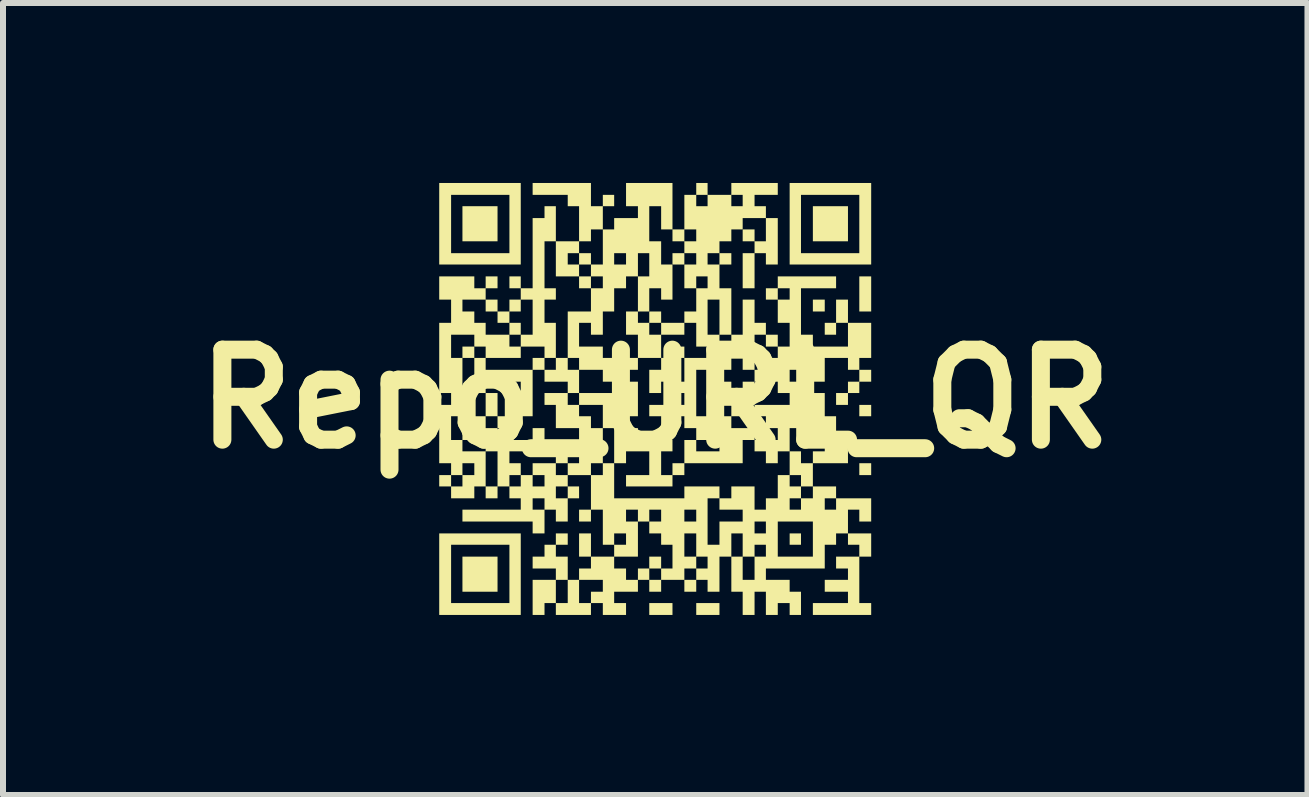
<source format=kicad_pcb>
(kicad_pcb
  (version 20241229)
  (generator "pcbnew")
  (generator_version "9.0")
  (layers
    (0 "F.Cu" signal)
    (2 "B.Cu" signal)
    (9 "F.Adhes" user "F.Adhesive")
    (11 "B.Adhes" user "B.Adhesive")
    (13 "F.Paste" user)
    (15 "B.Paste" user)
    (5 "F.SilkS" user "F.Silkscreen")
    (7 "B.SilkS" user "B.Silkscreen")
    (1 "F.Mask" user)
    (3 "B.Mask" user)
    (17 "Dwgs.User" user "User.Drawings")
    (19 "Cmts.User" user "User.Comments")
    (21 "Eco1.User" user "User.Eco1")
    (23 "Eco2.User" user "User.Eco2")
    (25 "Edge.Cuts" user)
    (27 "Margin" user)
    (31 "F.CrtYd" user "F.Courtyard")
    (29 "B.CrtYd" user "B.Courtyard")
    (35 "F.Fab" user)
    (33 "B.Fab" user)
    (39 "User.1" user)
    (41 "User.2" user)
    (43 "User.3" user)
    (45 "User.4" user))
  (footprint "Repo_URL_QR"
    (layer "F.Cu")
    (at 7.871 3.6)
    (property "Reference" "Repo_URL_QR" (at 0 0 0) (layer "F.SilkS") (effects (font (size 1.5 1.5) (thickness 0.3))))
    (attr board_only exclude_from_pos_files exclude_from_bom)
    (fp_poly (pts (xy -3.015 -0.779) (xy -3.015 -0.684) (xy -3.114 -0.684) (xy -3.213 -0.684) (xy -3.213 -0.779) (xy -3.213 -0.873) (xy -3.114 -0.873) (xy -3.015 -0.873)) (stroke (width 0) (type solid)) (fill yes) (layer "F.SilkS"))
    (fp_poly (pts (xy -2.628 -2.921) (xy -2.628 -2.628) (xy -2.921 -2.628) (xy -3.213 -2.628) (xy -3.213 -2.921) (xy -3.213 -3.213) (xy -2.921 -3.213) (xy -2.628 -3.213)) (stroke (width 0) (type solid)) (fill yes) (layer "F.SilkS"))
    (fp_poly (pts (xy -2.628 2.921) (xy -2.628 3.213) (xy -2.921 3.213) (xy -3.213 3.213) (xy -3.213 2.921) (xy -3.213 2.628) (xy -2.921 2.628) (xy -2.628 2.628)) (stroke (width 0) (type solid)) (fill yes) (layer "F.SilkS"))
    (fp_poly (pts (xy -2.241 -1.17) (xy -2.241 -1.071) (xy -2.336 -1.071) (xy -2.43 -1.071) (xy -2.43 -1.17) (xy -2.43 -1.269) (xy -2.336 -1.269) (xy -2.241 -1.269)) (stroke (width 0) (type solid)) (fill yes) (layer "F.SilkS"))
    (fp_poly (pts (xy -1.071 -2.336) (xy -1.071 -2.241) (xy -1.17 -2.241) (xy -1.269 -2.241) (xy -1.269 -2.336) (xy -1.269 -2.43) (xy -1.17 -2.43) (xy -1.071 -2.43)) (stroke (width 0) (type solid)) (fill yes) (layer "F.SilkS"))
    (fp_poly (pts (xy -1.071 -1.944) (xy -1.071 -1.845) (xy -1.17 -1.845) (xy -1.269 -1.845) (xy -1.269 -1.944) (xy -1.269 -2.043) (xy -1.17 -2.043) (xy -1.071 -2.043)) (stroke (width 0) (type solid)) (fill yes) (layer "F.SilkS"))
    (fp_poly (pts (xy 0.099 2.727) (xy 0.099 2.826) (xy 0 2.826) (xy -0.099 2.826) (xy -0.099 2.727) (xy -0.099 2.628) (xy 0 2.628) (xy 0.099 2.628)) (stroke (width 0) (type solid)) (fill yes) (layer "F.SilkS"))
    (fp_poly (pts (xy 0.288 3.501) (xy 0.288 3.6) (xy 0.095 3.6) (xy -0.099 3.6) (xy -0.099 3.501) (xy -0.099 3.402) (xy 0.095 3.402) (xy 0.288 3.402)) (stroke (width 0) (type solid)) (fill yes) (layer "F.SilkS"))
    (fp_poly (pts (xy 0.486 -2.336) (xy 0.486 -2.241) (xy 0.387 -2.241) (xy 0.288 -2.241) (xy 0.288 -2.336) (xy 0.288 -2.43) (xy 0.387 -2.43) (xy 0.486 -2.43)) (stroke (width 0) (type solid)) (fill yes) (layer "F.SilkS"))
    (fp_poly (pts (xy 1.071 3.501) (xy 1.071 3.6) (xy 0.878 3.6) (xy 0.684 3.6) (xy 0.684 3.501) (xy 0.684 3.402) (xy 0.878 3.402) (xy 1.071 3.402)) (stroke (width 0) (type solid)) (fill yes) (layer "F.SilkS"))
    (fp_poly (pts (xy 1.656 -0.585) (xy 1.656 -0.486) (xy 1.557 -0.486) (xy 1.458 -0.486) (xy 1.458 -0.585) (xy 1.458 -0.684) (xy 1.557 -0.684) (xy 1.656 -0.684)) (stroke (width 0) (type solid)) (fill yes) (layer "F.SilkS"))
    (fp_poly (pts (xy 2.43 2.336) (xy 2.43 2.43) (xy 2.336 2.43) (xy 2.241 2.43) (xy 2.241 2.336) (xy 2.241 2.241) (xy 2.336 2.241) (xy 2.43 2.241)) (stroke (width 0) (type solid)) (fill yes) (layer "F.SilkS"))
    (fp_poly (pts (xy 2.826 -1.557) (xy 2.826 -1.458) (xy 2.727 -1.458) (xy 2.628 -1.458) (xy 2.628 -1.557) (xy 2.628 -1.656) (xy 2.727 -1.656) (xy 2.826 -1.656)) (stroke (width 0) (type solid)) (fill yes) (layer "F.SilkS"))
    (fp_poly (pts (xy 3.213 -2.921) (xy 3.213 -2.628) (xy 2.921 -2.628) (xy 2.628 -2.628) (xy 2.628 -2.921) (xy 2.628 -3.213) (xy 2.921 -3.213) (xy 3.213 -3.213)) (stroke (width 0) (type solid)) (fill yes) (layer "F.SilkS"))
    (fp_poly (pts (xy 3.6 -1.751) (xy 3.6 -1.458) (xy 3.501 -1.458) (xy 3.402 -1.458) (xy 3.402 -1.751) (xy 3.402 -2.043) (xy 3.501 -2.043) (xy 3.6 -2.043)) (stroke (width 0) (type solid)) (fill yes) (layer "F.SilkS"))
    (fp_poly (pts (xy 3.6 0.194) (xy 3.6 0.288) (xy 3.501 0.288) (xy 3.402 0.288) (xy 3.402 0.194) (xy 3.402 0.099) (xy 3.501 0.099) (xy 3.6 0.099)) (stroke (width 0) (type solid)) (fill yes) (layer "F.SilkS"))
    (fp_poly (pts (xy 3.6 1.17) (xy 3.6 1.269) (xy 3.501 1.269) (xy 3.402 1.269) (xy 3.402 1.17) (xy 3.402 1.071) (xy 3.501 1.071) (xy 3.6 1.071)) (stroke (width 0) (type solid)) (fill yes) (layer "F.SilkS"))
    (fp_poly (pts (xy -1.269 0.779) (xy -1.269 0.873) (xy -1.364 0.873) (xy -1.458 0.873) (xy -1.458 0.972) (xy -1.458 1.071) (xy -1.557 1.071) (xy -1.656 1.071) (xy -1.656 0.972) (xy -1.656 0.873) (xy -1.557 0.873) (xy -1.458 0.873) (xy -1.458 0.779) (xy -1.458 0.684) (xy -1.364 0.684) (xy -1.269 0.684)) (stroke (width 0) (type solid)) (fill yes) (layer "F.SilkS"))
    (fp_poly (pts (xy 3.213 -1.463) (xy 3.213 -1.269) (xy 3.114 -1.269) (xy 3.015 -1.269) (xy 3.015 -1.17) (xy 3.015 -1.071) (xy 2.921 -1.071) (xy 2.826 -1.071) (xy 2.826 -1.17) (xy 2.826 -1.269) (xy 2.921 -1.269) (xy 3.015 -1.269) (xy 3.015 -1.463) (xy 3.015 -1.656) (xy 3.114 -1.656) (xy 3.213 -1.656)) (stroke (width 0) (type solid)) (fill yes) (layer "F.SilkS"))
    (fp_poly (pts (xy -2.241 -2.921) (xy -2.241 -2.241) (xy -2.921 -2.241) (xy -3.6 -2.241) (xy -3.6 -2.916) (xy -3.402 -2.916) (xy -3.402 -2.43) (xy -2.916 -2.43) (xy -2.43 -2.43) (xy -2.43 -2.916) (xy -2.43 -3.402) (xy -2.916 -3.402) (xy -3.402 -3.402) (xy -3.402 -2.916) (xy -3.6 -2.916) (xy -3.6 -2.921) (xy -3.6 -3.6) (xy -2.921 -3.6) (xy -2.241 -3.6)) (stroke (width 0) (type solid)) (fill yes) (layer "F.SilkS"))
    (fp_poly (pts (xy -2.241 2.921) (xy -2.241 3.6) (xy -2.921 3.6) (xy -3.6 3.6) (xy -3.6 2.921) (xy -3.6 2.916) (xy -3.402 2.916) (xy -3.402 3.402) (xy -2.916 3.402) (xy -2.43 3.402) (xy -2.43 2.916) (xy -2.43 2.43) (xy -2.916 2.43) (xy -3.402 2.43) (xy -3.402 2.916) (xy -3.6 2.916) (xy -3.6 2.241) (xy -2.921 2.241) (xy -2.241 2.241)) (stroke (width 0) (type solid)) (fill yes) (layer "F.SilkS"))
    (fp_poly (pts (xy 3.6 -2.921) (xy 3.6 -2.241) (xy 2.921 -2.241) (xy 2.241 -2.241) (xy 2.241 -2.916) (xy 2.43 -2.916) (xy 2.43 -2.43) (xy 2.916 -2.43) (xy 3.402 -2.43) (xy 3.402 -2.916) (xy 3.402 -3.402) (xy 2.916 -3.402) (xy 2.43 -3.402) (xy 2.43 -2.916) (xy 2.241 -2.916) (xy 2.241 -2.921) (xy 2.241 -3.6) (xy 2.921 -3.6) (xy 3.6 -3.6)) (stroke (width 0) (type solid)) (fill yes) (layer "F.SilkS"))
    (fp_poly (pts (xy -0.288 0) (xy -0.288 0.288) (xy -0.486 0.288) (xy -0.684 0.288) (xy -0.684 0.387) (xy -0.684 0.486) (xy -0.779 0.486) (xy -0.873 0.486) (xy -0.873 0.293) (xy -0.873 0.099) (xy -1.071 0.099) (xy -1.269 0.099) (xy -1.269 0) (xy -1.269 -0.099) (xy -0.977 -0.099) (xy -0.684 -0.099) (xy -0.684 0) (xy -0.684 0.099) (xy -0.585 0.099) (xy -0.486 0.099) (xy -0.486 -0.095) (xy -0.486 -0.288) (xy -0.387 -0.288) (xy -0.288 -0.288)) (stroke (width 0) (type solid)) (fill yes) (layer "F.SilkS"))
    (fp_poly (pts (xy 3.6 -0.387) (xy 3.6 -0.288) (xy 3.501 -0.288) (xy 3.402 -0.288) (xy 3.402 -0.194) (xy 3.402 -0.099) (xy 3.308 -0.099) (xy 3.213 -0.099) (xy 3.213 0) (xy 3.213 0.099) (xy 3.114 0.099) (xy 3.015 0.099) (xy 3.015 0) (xy 3.015 -0.099) (xy 3.114 -0.099) (xy 3.213 -0.099) (xy 3.213 -0.194) (xy 3.213 -0.288) (xy 3.308 -0.288) (xy 3.402 -0.288) (xy 3.402 -0.387) (xy 3.402 -0.486) (xy 3.501 -0.486) (xy 3.6 -0.486)) (stroke (width 0) (type solid)) (fill yes) (layer "F.SilkS"))
    (fp_poly (pts (xy 2.043 -2.628) (xy 2.043 -2.241) (xy 1.944 -2.241) (xy 1.845 -2.241) (xy 1.845 -2.336) (xy 1.845 -2.43) (xy 1.751 -2.43) (xy 1.656 -2.43) (xy 1.656 -2.138) (xy 1.656 -1.845) (xy 1.557 -1.845) (xy 1.458 -1.845) (xy 1.458 -2.138) (xy 1.458 -2.43) (xy 1.557 -2.43) (xy 1.656 -2.43) (xy 1.656 -2.529) (xy 1.656 -2.628) (xy 1.557 -2.628) (xy 1.458 -2.628) (xy 1.458 -2.727) (xy 1.458 -2.826) (xy 1.557 -2.826) (xy 1.656 -2.826) (xy 1.656 -2.727) (xy 1.656 -2.628) (xy 1.751 -2.628) (xy 1.845 -2.628) (xy 1.845 -2.822) (xy 1.845 -3.015) (xy 1.944 -3.015) (xy 2.043 -3.015)) (stroke (width 0) (type solid)) (fill yes) (layer "F.SilkS"))
    (fp_poly (pts (xy 3.6 2.435) (xy 3.6 2.628) (xy 3.501 2.628) (xy 3.402 2.628) (xy 3.402 3.015) (xy 3.402 3.402) (xy 3.501 3.402) (xy 3.6 3.402) (xy 3.6 3.501) (xy 3.6 3.6) (xy 3.114 3.6) (xy 2.628 3.6) (xy 2.628 3.501) (xy 2.628 3.402) (xy 2.921 3.402) (xy 3.213 3.402) (xy 3.213 3.308) (xy 3.213 3.213) (xy 3.02 3.213) (xy 2.826 3.213) (xy 2.826 3.114) (xy 2.826 3.015) (xy 3.02 3.015) (xy 3.213 3.015) (xy 3.213 2.921) (xy 3.213 2.826) (xy 3.114 2.826) (xy 3.015 2.826) (xy 3.015 2.727) (xy 3.015 2.628) (xy 3.209 2.628) (xy 3.402 2.628) (xy 3.402 2.529) (xy 3.402 2.43) (xy 3.308 2.43) (xy 3.213 2.43) (xy 3.213 2.336) (xy 3.213 2.241) (xy 3.407 2.241) (xy 3.6 2.241)) (stroke (width 0) (type solid)) (fill yes) (layer "F.SilkS"))
    (fp_poly (pts (xy -0.288 -1.364) (xy -0.288 -1.269) (xy -0.194 -1.269) (xy -0.099 -1.269) (xy -0.099 -1.364) (xy -0.099 -1.458) (xy 0 -1.458) (xy 0.099 -1.458) (xy 0.099 -1.364) (xy 0.099 -1.269) (xy 0 -1.269) (xy -0.099 -1.269) (xy -0.099 -1.17) (xy -0.099 -1.071) (xy 0 -1.071) (xy 0.099 -1.071) (xy 0.099 -1.17) (xy 0.099 -1.269) (xy 0.293 -1.269) (xy 0.486 -1.269) (xy 0.486 -1.17) (xy 0.486 -1.071) (xy 0.293 -1.071) (xy 0.099 -1.071) (xy 0.099 -0.878) (xy 0.099 -0.684) (xy 0.194 -0.684) (xy 0.288 -0.684) (xy 0.288 -0.779) (xy 0.288 -0.873) (xy 0.387 -0.873) (xy 0.486 -0.873) (xy 0.486 -0.779) (xy 0.486 -0.684) (xy 0.387 -0.684) (xy 0.288 -0.684) (xy 0.288 -0.486) (xy 0.288 -0.288) (xy 0.194 -0.288) (xy 0.099 -0.288) (xy 0.099 -0.194) (xy 0.099 -0.099) (xy 0 -0.099) (xy -0.099 -0.099) (xy -0.099 -0.293) (xy -0.099 -0.486) (xy 0 -0.486) (xy 0.099 -0.486) (xy 0.099 -0.585) (xy 0.099 -0.684) (xy -0.095 -0.684) (xy -0.288 -0.684) (xy -0.288 -0.585) (xy -0.288 -0.486) (xy -0.387 -0.486) (xy -0.486 -0.486) (xy -0.486 -0.585) (xy -0.486 -0.684) (xy -0.387 -0.684) (xy -0.288 -0.684) (xy -0.288 -0.878) (xy -0.288 -1.071) (xy -0.387 -1.071) (xy -0.486 -1.071) (xy -0.486 -1.265) (xy -0.486 -1.458) (xy -0.387 -1.458) (xy -0.288 -1.458)) (stroke (width 0) (type solid)) (fill yes) (layer "F.SilkS"))
    (fp_poly (pts (xy -2.826 -0.585) (xy -2.826 -0.486) (xy -2.435 -0.486) (xy -2.043 -0.486) (xy -2.043 -0.585) (xy -2.043 -0.684) (xy -1.944 -0.684) (xy -1.845 -0.684) (xy -1.845 -0.585) (xy -1.845 -0.486) (xy -1.751 -0.486) (xy -1.656 -0.486) (xy -1.656 -0.585) (xy -1.656 -0.684) (xy -1.557 -0.684) (xy -1.458 -0.684) (xy -1.458 -0.585) (xy -1.458 -0.486) (xy -1.364 -0.486) (xy -1.269 -0.486) (xy -1.269 -0.293) (xy -1.269 -0.099) (xy -1.364 -0.099) (xy -1.458 -0.099) (xy -1.458 -0.194) (xy -1.458 -0.288) (xy -1.652 -0.288) (xy -1.845 -0.288) (xy -1.845 -0.387) (xy -1.845 -0.486) (xy -1.944 -0.486) (xy -2.043 -0.486) (xy -2.043 -0.099) (xy -2.043 0.288) (xy -2.142 0.288) (xy -2.241 0.288) (xy -2.241 0.387) (xy -2.241 0.486) (xy -2.435 0.486) (xy -2.628 0.486) (xy -2.628 0.387) (xy -2.628 0.288) (xy -2.727 0.288) (xy -2.826 0.288) (xy -2.826 0.095) (xy -2.826 -0.099) (xy -2.727 -0.099) (xy -2.628 -0.099) (xy -2.628 0.095) (xy -2.628 0.288) (xy -2.435 0.288) (xy -2.241 0.288) (xy -2.241 0.194) (xy -2.241 0.099) (xy -2.336 0.099) (xy -2.43 0.099) (xy -2.43 0) (xy -2.43 -0.099) (xy -2.336 -0.099) (xy -2.241 -0.099) (xy -2.241 -0.194) (xy -2.241 -0.288) (xy -2.534 -0.288) (xy -2.826 -0.288) (xy -2.826 -0.194) (xy -2.826 -0.099) (xy -2.921 -0.099) (xy -3.015 -0.099) (xy -3.015 -0.392) (xy -3.015 -0.684) (xy -2.921 -0.684) (xy -2.826 -0.684)) (stroke (width 0) (type solid)) (fill yes) (layer "F.SilkS"))
    (fp_poly (pts (xy 1.269 -0.194) (xy 1.269 -0.099) (xy 1.364 -0.099) (xy 1.458 -0.099) (xy 1.458 -0.194) (xy 1.458 -0.288) (xy 1.557 -0.288) (xy 1.656 -0.288) (xy 1.656 -0.095) (xy 1.656 0.099) (xy 1.557 0.099) (xy 1.458 0.099) (xy 1.458 0.194) (xy 1.458 0.288) (xy 1.364 0.288) (xy 1.269 0.288) (xy 1.269 0.387) (xy 1.269 0.486) (xy 1.463 0.486) (xy 1.656 0.486) (xy 1.656 0.585) (xy 1.656 0.684) (xy 1.557 0.684) (xy 1.458 0.684) (xy 1.458 0.878) (xy 1.458 1.071) (xy 0.972 1.071) (xy 0.486 1.071) (xy 0.486 1.17) (xy 0.486 1.269) (xy 0.387 1.269) (xy 0.288 1.269) (xy 0.288 1.364) (xy 0.288 1.458) (xy -0.099 1.458) (xy -0.486 1.458) (xy -0.486 1.364) (xy -0.486 1.269) (xy -0.293 1.269) (xy -0.099 1.269) (xy -0.099 1.071) (xy -0.099 0.873) (xy -0.293 0.873) (xy -0.486 0.873) (xy -0.486 0.972) (xy -0.486 1.071) (xy -0.585 1.071) (xy -0.684 1.071) (xy -0.684 0.779) (xy -0.684 0.486) (xy -0.486 0.486) (xy -0.288 0.486) (xy -0.288 0.585) (xy -0.288 0.684) (xy 0 0.684) (xy 0.288 0.684) (xy 0.288 0.779) (xy 0.288 0.873) (xy 0.194 0.873) (xy 0.099 0.873) (xy 0.099 1.071) (xy 0.099 1.269) (xy 0.194 1.269) (xy 0.288 1.269) (xy 0.288 1.17) (xy 0.288 1.071) (xy 0.387 1.071) (xy 0.486 1.071) (xy 0.486 0.878) (xy 0.486 0.684) (xy 0.585 0.684) (xy 0.684 0.684) (xy 0.684 0.779) (xy 0.684 0.873) (xy 0.878 0.873) (xy 1.071 0.873) (xy 1.071 0.581) (xy 1.071 0.288) (xy 1.17 0.288) (xy 1.269 0.288) (xy 1.269 0.095) (xy 1.269 -0.099) (xy 1.17 -0.099) (xy 1.071 -0.099) (xy 1.071 0) (xy 1.071 0.099) (xy 0.972 0.099) (xy 0.873 0.099) (xy 0.873 0) (xy 0.873 -0.099) (xy 0.972 -0.099) (xy 1.071 -0.099) (xy 1.071 -0.194) (xy 1.071 -0.288) (xy 1.17 -0.288) (xy 1.269 -0.288)) (stroke (width 0) (type solid)) (fill yes) (layer "F.SilkS"))
    (fp_poly (pts (xy -1.071 -3.407) (xy -1.071 -3.213) (xy -0.972 -3.213) (xy -0.873 -3.213) (xy -0.873 -3.308) (xy -0.873 -3.402) (xy -0.779 -3.402) (xy -0.684 -3.402) (xy -0.684 -3.308) (xy -0.684 -3.213) (xy -0.779 -3.213) (xy -0.873 -3.213) (xy -0.873 -3.02) (xy -0.873 -2.826) (xy -0.779 -2.826) (xy -0.684 -2.826) (xy -0.684 -2.921) (xy -0.684 -3.015) (xy -0.486 -3.015) (xy -0.288 -3.015) (xy -0.288 -3.114) (xy -0.288 -3.213) (xy -0.387 -3.213) (xy -0.486 -3.213) (xy -0.486 -3.407) (xy -0.486 -3.6) (xy -0.099 -3.6) (xy 0.288 -3.6) (xy 0.288 -3.213) (xy 0.288 -2.826) (xy 0.387 -2.826) (xy 0.486 -2.826) (xy 0.486 -3.114) (xy 0.486 -3.308) (xy 0.684 -3.308) (xy 0.684 -3.213) (xy 0.779 -3.213) (xy 0.873 -3.213) (xy 0.873 -3.308) (xy 1.269 -3.308) (xy 1.269 -3.213) (xy 1.364 -3.213) (xy 1.458 -3.213) (xy 1.458 -3.308) (xy 1.458 -3.402) (xy 1.364 -3.402) (xy 1.269 -3.402) (xy 1.269 -3.308) (xy 0.873 -3.308) (xy 0.873 -3.402) (xy 0.779 -3.402) (xy 0.684 -3.402) (xy 0.684 -3.308) (xy 0.486 -3.308) (xy 0.486 -3.402) (xy 0.585 -3.402) (xy 0.684 -3.402) (xy 0.684 -3.501) (xy 0.684 -3.6) (xy 0.779 -3.6) (xy 0.873 -3.6) (xy 0.873 -3.501) (xy 0.873 -3.402) (xy 1.071 -3.402) (xy 1.269 -3.402) (xy 1.269 -3.501) (xy 1.269 -3.6) (xy 1.656 -3.6) (xy 2.043 -3.6) (xy 2.043 -3.501) (xy 2.043 -3.402) (xy 1.85 -3.402) (xy 1.656 -3.402) (xy 1.656 -3.308) (xy 1.656 -3.213) (xy 1.751 -3.213) (xy 1.845 -3.213) (xy 1.845 -3.114) (xy 1.845 -3.015) (xy 1.652 -3.015) (xy 1.458 -3.015) (xy 1.458 -2.921) (xy 1.458 -2.826) (xy 1.364 -2.826) (xy 1.269 -2.826) (xy 1.269 -2.727) (xy 1.269 -2.628) (xy 1.17 -2.628) (xy 1.071 -2.628) (xy 1.071 -2.529) (xy 1.071 -2.43) (xy 0.972 -2.43) (xy 0.873 -2.43) (xy 0.873 -2.336) (xy 0.873 -2.241) (xy 0.972 -2.241) (xy 1.071 -2.241) (xy 1.071 -2.336) (xy 1.071 -2.43) (xy 1.17 -2.43) (xy 1.269 -2.43) (xy 1.269 -2.336) (xy 1.269 -2.241) (xy 1.17 -2.241) (xy 1.071 -2.241) (xy 1.071 -2.043) (xy 1.071 -1.845) (xy 1.17 -1.845) (xy 1.269 -1.845) (xy 1.269 -1.458) (xy 1.269 -1.071) (xy 1.364 -1.071) (xy 1.458 -1.071) (xy 1.458 -1.364) (xy 1.458 -1.656) (xy 1.557 -1.656) (xy 1.656 -1.656) (xy 1.656 -1.463) (xy 1.656 -1.269) (xy 1.751 -1.269) (xy 1.845 -1.269) (xy 1.845 -1.17) (xy 1.845 -1.071) (xy 1.751 -1.071) (xy 1.656 -1.071) (xy 1.656 -0.972) (xy 1.656 -0.873) (xy 1.557 -0.873) (xy 1.458 -0.873) (xy 1.458 -0.779) (xy 1.458 -0.684) (xy 1.364 -0.684) (xy 1.269 -0.684) (xy 1.269 -0.585) (xy 1.269 -0.486) (xy 1.17 -0.486) (xy 1.071 -0.486) (xy 1.071 -0.387) (xy 1.071 -0.288) (xy 0.972 -0.288) (xy 0.873 -0.288) (xy 0.873 -0.387) (xy 0.873 -0.486) (xy 0.779 -0.486) (xy 0.684 -0.486) (xy 0.684 -0.099) (xy 0.684 0.288) (xy 0.779 0.288) (xy 0.873 0.288) (xy 0.873 0.486) (xy 0.873 0.684) (xy 0.779 0.684) (xy 0.684 0.684) (xy 0.684 0.585) (xy 0.684 0.486) (xy 0.585 0.486) (xy 0.486 0.486) (xy 0.486 0.387) (xy 0.486 0.288) (xy 0.387 0.288) (xy 0.288 0.288) (xy 0.288 0.387) (xy 0.288 0.486) (xy 0.194 0.486) (xy 0.099 0.486) (xy 0.099 0.387) (xy 0.099 0.288) (xy 0 0.288) (xy -0.099 0.288) (xy -0.099 0.194) (xy -0.099 0.099) (xy 0.194 0.099) (xy 0.486 0.099) (xy 0.486 0) (xy 0.486 -0.099) (xy 0.387 -0.099) (xy 0.288 -0.099) (xy 0.288 -0.194) (xy 0.288 -0.288) (xy 0.387 -0.288) (xy 0.486 -0.288) (xy 0.486 -0.486) (xy 0.486 -0.684) (xy 0.68 -0.684) (xy 0.873 -0.684) (xy 0.873 -0.779) (xy 0.873 -0.873) (xy 0.779 -0.873) (xy 0.684 -0.873) (xy 0.684 -0.972) (xy 1.071 -0.972) (xy 1.071 -0.873) (xy 1.17 -0.873) (xy 1.269 -0.873) (xy 1.269 -0.972) (xy 1.269 -1.071) (xy 1.17 -1.071) (xy 1.071 -1.071) (xy 1.071 -0.972) (xy 0.684 -0.972) (xy 0.684 -1.071) (xy 0.684 -1.269) (xy 0.585 -1.269) (xy 0.486 -1.269) (xy 0.486 -1.364) (xy 0.873 -1.364) (xy 0.873 -1.071) (xy 0.972 -1.071) (xy 1.071 -1.071) (xy 1.071 -1.364) (xy 1.071 -1.656) (xy 0.972 -1.656) (xy 0.873 -1.656) (xy 0.873 -1.364) (xy 0.486 -1.364) (xy 0.486 -1.458) (xy 0.585 -1.458) (xy 0.684 -1.458) (xy 0.684 -1.652) (xy 0.684 -1.845) (xy 0.779 -1.845) (xy 0.873 -1.845) (xy 0.873 -1.944) (xy 0.873 -2.043) (xy 0.779 -2.043) (xy 0.684 -2.043) (xy 0.684 -1.944) (xy 0.684 -1.845) (xy 0.585 -1.845) (xy 0.486 -1.845) (xy 0.486 -2.043) (xy 0.486 -2.241) (xy 0.585 -2.241) (xy 0.684 -2.241) (xy 0.684 -2.336) (xy 0.684 -2.43) (xy 0.585 -2.43) (xy 0.486 -2.43) (xy 0.486 -2.529) (xy 0.486 -2.628) (xy 0.585 -2.628) (xy 0.684 -2.628) (xy 0.684 -2.727) (xy 0.684 -2.826) (xy 0.585 -2.826) (xy 0.486 -2.826) (xy 0.486 -2.727) (xy 0.486 -2.628) (xy 0.387 -2.628) (xy 0.288 -2.628) (xy 0.288 -2.727) (xy 0.288 -2.826) (xy 0.194 -2.826) (xy 0.099 -2.826) (xy 0.099 -3.02) (xy 0.099 -3.213) (xy 0 -3.213) (xy -0.099 -3.213) (xy -0.099 -2.921) (xy -0.099 -2.628) (xy 0 -2.628) (xy 0.099 -2.628) (xy 0.099 -2.435) (xy 0.099 -2.241) (xy 0.194 -2.241) (xy 0.288 -2.241) (xy 0.288 -1.949) (xy 0.288 -1.656) (xy 0.194 -1.656) (xy 0.099 -1.656) (xy 0.099 -1.751) (xy 0.099 -1.845) (xy 0 -1.845) (xy -0.099 -1.845) (xy -0.099 -1.652) (xy -0.099 -1.458) (xy -0.194 -1.458) (xy -0.288 -1.458) (xy -0.288 -1.751) (xy -0.288 -2.043) (xy -0.194 -2.043) (xy -0.099 -2.043) (xy -0.099 -2.237) (xy -0.099 -2.43) (xy -0.194 -2.43) (xy -0.288 -2.43) (xy -0.288 -2.237) (xy -0.288 -2.043) (xy -0.387 -2.043) (xy -0.486 -2.043) (xy -0.486 -1.944) (xy -0.486 -1.845) (xy -0.585 -1.845) (xy -0.684 -1.845) (xy -0.684 -1.652) (xy -0.684 -1.458) (xy -0.779 -1.458) (xy -0.873 -1.458) (xy -0.873 -1.265) (xy -0.873 -1.071) (xy -0.972 -1.071) (xy -1.071 -1.071) (xy -1.071 -1.17) (xy -1.071 -1.269) (xy -1.17 -1.269) (xy -1.269 -1.269) (xy -1.269 -1.071) (xy -1.269 -0.873) (xy -1.071 -0.873) (xy -0.873 -0.873) (xy -0.873 -0.779) (xy -0.873 -0.684) (xy -0.779 -0.684) (xy -0.684 -0.684) (xy -0.684 -0.585) (xy -0.684 -0.486) (xy -0.585 -0.486) (xy -0.486 -0.486) (xy -0.486 -0.387) (xy -0.486 -0.288) (xy -0.68 -0.288) (xy -0.873 -0.288) (xy -0.873 -0.387) (xy -0.873 -0.486) (xy -1.071 -0.486) (xy -1.269 -0.486) (xy -1.269 -0.585) (xy -1.269 -0.684) (xy -1.364 -0.684) (xy -1.458 -0.684) (xy -1.458 -1.071) (xy -1.458 -1.458) (xy -1.265 -1.458) (xy -1.071 -1.458) (xy -1.071 -1.652) (xy -1.071 -1.845) (xy -0.972 -1.845) (xy -0.873 -1.845) (xy -0.873 -1.944) (xy -0.873 -2.043) (xy -0.972 -2.043) (xy -1.071 -2.043) (xy -1.071 -2.142) (xy -1.071 -2.241) (xy -0.972 -2.241) (xy -0.873 -2.241) (xy -0.873 -2.336) (xy -0.684 -2.336) (xy -0.684 -2.241) (xy -0.585 -2.241) (xy -0.486 -2.241) (xy -0.486 -2.336) (xy -0.486 -2.43) (xy -0.585 -2.43) (xy -0.684 -2.43) (xy -0.684 -2.336) (xy -0.873 -2.336) (xy -0.873 -2.534) (xy -0.873 -2.826) (xy -0.972 -2.826) (xy -1.071 -2.826) (xy -1.071 -2.727) (xy -1.071 -2.628) (xy -1.17 -2.628) (xy -1.269 -2.628) (xy -1.269 -2.529) (xy -1.269 -2.43) (xy -1.364 -2.43) (xy -1.458 -2.43) (xy -1.458 -2.336) (xy -1.458 -2.241) (xy -1.364 -2.241) (xy -1.269 -2.241) (xy -1.269 -2.142) (xy -1.269 -2.043) (xy -1.463 -2.043) (xy -1.656 -2.043) (xy -1.656 -2.336) (xy -1.656 -2.628) (xy -1.751 -2.628) (xy -1.845 -2.628) (xy -1.845 -2.237) (xy -1.845 -1.845) (xy -1.751 -1.845) (xy -1.656 -1.845) (xy -1.656 -1.751) (xy -1.656 -1.656) (xy -1.751 -1.656) (xy -1.845 -1.656) (xy -1.845 -1.463) (xy -1.845 -1.269) (xy -1.751 -1.269) (xy -1.656 -1.269) (xy -1.656 -0.977) (xy -1.656 -0.684) (xy -1.751 -0.684) (xy -1.845 -0.684) (xy -1.845 -0.779) (xy -1.845 -0.873) (xy -2.043 -0.873) (xy -2.241 -0.873) (xy -2.241 -0.779) (xy -2.241 -0.684) (xy -2.534 -0.684) (xy -2.826 -0.684) (xy -2.826 -0.779) (xy -2.826 -0.873) (xy -2.921 -0.873) (xy -3.015 -0.873) (xy -3.015 -0.972) (xy -3.015 -1.071) (xy -3.209 -1.071) (xy -3.402 -1.071) (xy -3.402 -0.878) (xy -3.402 -0.684) (xy -3.308 -0.684) (xy -3.213 -0.684) (xy -3.213 -0.293) (xy -3.213 0.099) (xy -3.114 0.099) (xy -3.015 0.099) (xy -3.015 0.194) (xy -3.015 0.288) (xy -3.209 0.288) (xy -3.402 0.288) (xy -3.402 0.486) (xy -3.402 0.684) (xy -3.308 0.684) (xy -3.213 0.684) (xy -3.213 0.585) (xy -3.213 0.486) (xy -3.114 0.486) (xy -3.015 0.486) (xy -3.015 0.387) (xy -3.015 0.288) (xy -2.921 0.288) (xy -2.826 0.288) (xy -2.826 0.387) (xy -2.826 0.486) (xy -2.727 0.486) (xy -2.628 0.486) (xy -2.628 0.585) (xy -2.628 0.684) (xy -2.336 0.684) (xy -2.043 0.684) (xy -2.043 0.585) (xy -2.043 0.486) (xy -1.944 0.486) (xy -1.845 0.486) (xy -1.845 0.68) (xy -1.845 0.873) (xy -2.138 0.873) (xy -2.43 0.873) (xy -2.43 0.972) (xy -2.43 1.071) (xy -2.336 1.071) (xy -2.241 1.071) (xy -2.241 1.17) (xy -2.241 1.269) (xy -2.336 1.269) (xy -2.43 1.269) (xy -2.43 1.364) (xy -2.43 1.458) (xy -2.336 1.458) (xy -2.241 1.458) (xy -2.241 1.364) (xy -2.043 1.364) (xy -2.043 1.458) (xy -1.944 1.458) (xy -1.845 1.458) (xy -1.845 1.364) (xy -1.845 1.269) (xy -1.944 1.269) (xy -2.043 1.269) (xy -2.043 1.364) (xy -2.241 1.364) (xy -2.241 1.269) (xy -2.142 1.269) (xy -2.043 1.269) (xy -2.043 1.17) (xy -2.043 1.071) (xy -1.85 1.071) (xy -1.656 1.071) (xy -1.656 1.17) (xy -1.656 1.269) (xy -1.557 1.269) (xy -1.458 1.269) (xy -1.458 1.17) (xy -1.458 1.071) (xy -1.364 1.071) (xy -1.269 1.071) (xy -1.269 0.972) (xy -1.269 0.873) (xy -1.17 0.873) (xy -1.071 0.873) (xy -1.071 0.779) (xy -1.071 0.684) (xy -1.17 0.684) (xy -1.269 0.684) (xy -1.269 0.585) (xy -1.269 0.486) (xy -1.463 0.486) (xy -1.656 0.486) (xy -1.656 0.293) (xy -1.656 0.099) (xy -1.751 0.099) (xy -1.845 0.099) (xy -1.845 0) (xy -1.845 -0.099) (xy -1.652 -0.099) (xy -1.458 -0.099) (xy -1.458 0) (xy -1.458 0.099) (xy -1.364 0.099) (xy -1.269 0.099) (xy -1.269 0.194) (xy -1.269 0.288) (xy -1.17 0.288) (xy -1.071 0.288) (xy -1.071 0.387) (xy -1.071 0.486) (xy -0.972 0.486) (xy -0.873 0.486) (xy -0.873 0.779) (xy -0.873 1.071) (xy -0.972 1.071) (xy -1.071 1.071) (xy -1.071 1.17) (xy -1.071 1.269) (xy -0.972 1.269) (xy -0.873 1.269) (xy -0.873 1.17) (xy -0.873 1.071) (xy -0.779 1.071) (xy -0.684 1.071) (xy -0.684 1.364) (xy -0.684 1.656) (xy -0.099 1.656) (xy 0.486 1.656) (xy 0.486 1.557) (xy 0.486 1.458) (xy 0.779 1.458) (xy 1.071 1.458) (xy 1.071 1.557) (xy 1.071 1.656) (xy 0.972 1.656) (xy 0.873 1.656) (xy 0.873 2.043) (xy 0.873 2.43) (xy 0.972 2.43) (xy 1.071 2.43) (xy 1.071 2.237) (xy 1.071 2.142) (xy 1.656 2.142) (xy 1.656 2.241) (xy 1.751 2.241) (xy 1.845 2.241) (xy 1.845 2.142) (xy 1.845 2.043) (xy 1.751 2.043) (xy 1.656 2.043) (xy 1.656 2.142) (xy 1.071 2.142) (xy 1.071 2.043) (xy 1.265 2.043) (xy 1.458 2.043) (xy 1.458 1.944) (xy 1.458 1.845) (xy 1.265 1.845) (xy 1.071 1.845) (xy 1.071 1.751) (xy 1.071 1.656) (xy 1.17 1.656) (xy 1.269 1.656) (xy 1.269 1.557) (xy 1.269 1.458) (xy 1.463 1.458) (xy 1.656 1.458) (xy 1.656 1.652) (xy 1.656 1.845) (xy 1.751 1.845) (xy 1.845 1.845) (xy 1.845 1.751) (xy 1.845 1.656) (xy 1.944 1.656) (xy 2.043 1.656) (xy 2.043 1.463) (xy 2.043 1.364) (xy 2.241 1.364) (xy 2.241 1.458) (xy 2.336 1.458) (xy 2.43 1.458) (xy 2.43 1.364) (xy 2.43 1.269) (xy 2.336 1.269) (xy 2.241 1.269) (xy 2.241 1.364) (xy 2.043 1.364) (xy 2.043 1.269) (xy 2.142 1.269) (xy 2.241 1.269) (xy 2.241 1.071) (xy 2.241 0.873) (xy 2.336 0.873) (xy 2.43 0.873) (xy 2.43 0.972) (xy 2.43 1.071) (xy 2.529 1.071) (xy 2.628 1.071) (xy 2.628 0.972) (xy 2.628 0.873) (xy 2.727 0.873) (xy 2.826 0.873) (xy 2.826 0.779) (xy 2.826 0.684) (xy 2.628 0.684) (xy 2.43 0.684) (xy 2.43 0.585) (xy 2.43 0.486) (xy 2.529 0.486) (xy 2.628 0.486) (xy 2.628 0.387) (xy 2.628 0.288) (xy 2.529 0.288) (xy 2.43 0.288) (xy 2.43 0.387) (xy 2.43 0.486) (xy 2.336 0.486) (xy 2.241 0.486) (xy 2.241 0.68) (xy 2.241 0.873) (xy 2.142 0.873) (xy 2.043 0.873) (xy 2.043 0.972) (xy 2.043 1.071) (xy 1.944 1.071) (xy 1.845 1.071) (xy 1.845 0.972) (xy 1.845 0.873) (xy 1.751 0.873) (xy 1.656 0.873) (xy 1.656 0.779) (xy 1.656 0.684) (xy 1.85 0.684) (xy 2.043 0.684) (xy 2.043 0.585) (xy 2.043 0.486) (xy 1.944 0.486) (xy 1.845 0.486) (xy 1.845 0.387) (xy 1.845 0.288) (xy 1.751 0.288) (xy 1.656 0.288) (xy 1.656 0.194) (xy 1.656 0.099) (xy 1.949 0.099) (xy 2.241 0.099) (xy 2.241 0) (xy 2.241 -0.099) (xy 2.142 -0.099) (xy 2.043 -0.099) (xy 2.043 -0.194) (xy 2.043 -0.288) (xy 1.85 -0.288) (xy 1.656 -0.288) (xy 1.656 -0.387) (xy 1.656 -0.486) (xy 1.751 -0.486) (xy 1.845 -0.486) (xy 1.845 -0.585) (xy 1.845 -0.684) (xy 1.944 -0.684) (xy 2.043 -0.684) (xy 2.043 -0.779) (xy 2.43 -0.779) (xy 2.43 -0.684) (xy 2.529 -0.684) (xy 2.628 -0.684) (xy 2.628 -0.779) (xy 2.628 -0.873) (xy 2.529 -0.873) (xy 2.43 -0.873) (xy 2.43 -0.779) (xy 2.043 -0.779) (xy 2.043 -0.873) (xy 1.944 -0.873) (xy 1.845 -0.873) (xy 1.845 -0.972) (xy 1.845 -1.071) (xy 1.944 -1.071) (xy 2.043 -1.071) (xy 2.043 -0.972) (xy 2.043 -0.873) (xy 2.142 -0.873) (xy 2.241 -0.873) (xy 2.241 -1.071) (xy 2.241 -1.269) (xy 2.142 -1.269) (xy 2.043 -1.269) (xy 2.043 -1.463) (xy 2.043 -1.656) (xy 1.944 -1.656) (xy 1.845 -1.656) (xy 1.845 -1.751) (xy 2.043 -1.751) (xy 2.043 -1.656) (xy 2.142 -1.656) (xy 2.241 -1.656) (xy 2.241 -1.751) (xy 2.241 -1.845) (xy 2.142 -1.845) (xy 2.043 -1.845) (xy 2.043 -1.751) (xy 1.845 -1.751) (xy 1.845 -1.845) (xy 1.944 -1.845) (xy 2.043 -1.845) (xy 2.043 -1.944) (xy 2.043 -2.043) (xy 2.529 -2.043) (xy 3.015 -2.043) (xy 3.015 -1.944) (xy 3.015 -1.845) (xy 2.723 -1.845) (xy 2.43 -1.845) (xy 2.43 -1.458) (xy 2.43 -1.071) (xy 2.529 -1.071) (xy 2.628 -1.071) (xy 2.628 -0.972) (xy 2.628 -0.873) (xy 2.921 -0.873) (xy 3.213 -0.873) (xy 3.213 -1.071) (xy 3.213 -1.269) (xy 3.407 -1.269) (xy 3.6 -1.269) (xy 3.6 -0.977) (xy 3.6 -0.684) (xy 3.501 -0.684) (xy 3.402 -0.684) (xy 3.402 -0.585) (xy 3.402 -0.486) (xy 3.308 -0.486) (xy 3.213 -0.486) (xy 3.213 -0.585) (xy 3.213 -0.684) (xy 3.02 -0.684) (xy 2.826 -0.684) (xy 2.826 -0.486) (xy 2.826 -0.288) (xy 2.727 -0.288) (xy 2.628 -0.288) (xy 2.628 -0.387) (xy 2.628 -0.486) (xy 2.435 -0.486) (xy 2.241 -0.486) (xy 2.241 -0.387) (xy 2.241 -0.288) (xy 2.336 -0.288) (xy 2.43 -0.288) (xy 2.43 -0.095) (xy 2.43 0.099) (xy 2.529 0.099) (xy 2.628 0.099) (xy 2.628 0) (xy 2.628 -0.099) (xy 2.727 -0.099) (xy 2.826 -0.099) (xy 2.826 0.095) (xy 2.826 0.288) (xy 2.921 0.288) (xy 3.015 0.288) (xy 3.015 0.486) (xy 3.015 0.684) (xy 3.114 0.684) (xy 3.213 0.684) (xy 3.213 0.878) (xy 3.213 1.071) (xy 2.921 1.071) (xy 2.628 1.071) (xy 2.628 1.265) (xy 2.628 1.458) (xy 2.529 1.458) (xy 2.43 1.458) (xy 2.43 1.557) (xy 2.43 1.656) (xy 2.336 1.656) (xy 2.241 1.656) (xy 2.241 1.751) (xy 2.241 1.845) (xy 2.336 1.845) (xy 2.43 1.845) (xy 2.43 1.751) (xy 2.43 1.656) (xy 2.529 1.656) (xy 2.628 1.656) (xy 2.628 1.557) (xy 2.628 1.458) (xy 2.822 1.458) (xy 3.015 1.458) (xy 3.015 1.557) (xy 3.015 1.656) (xy 2.921 1.656) (xy 2.826 1.656) (xy 2.826 1.751) (xy 2.826 1.845) (xy 2.921 1.845) (xy 3.015 1.845) (xy 3.015 1.751) (xy 3.015 1.656) (xy 3.308 1.656) (xy 3.6 1.656) (xy 3.6 1.85) (xy 3.6 2.043) (xy 3.501 2.043) (xy 3.402 2.043) (xy 3.402 1.944) (xy 3.402 1.845) (xy 3.308 1.845) (xy 3.213 1.845) (xy 3.213 2.043) (xy 3.213 2.241) (xy 3.114 2.241) (xy 3.015 2.241) (xy 3.015 2.336) (xy 3.015 2.43) (xy 2.921 2.43) (xy 2.826 2.43) (xy 2.826 2.628) (xy 2.826 2.826) (xy 2.336 2.826) (xy 1.845 2.826) (xy 1.845 2.921) (xy 1.845 3.015) (xy 2.043 3.015) (xy 2.241 3.015) (xy 2.241 3.114) (xy 2.241 3.213) (xy 2.336 3.213) (xy 2.43 3.213) (xy 2.43 3.407) (xy 2.43 3.6) (xy 2.336 3.6) (xy 2.241 3.6) (xy 2.241 3.501) (xy 2.241 3.402) (xy 2.142 3.402) (xy 2.043 3.402) (xy 2.043 3.501) (xy 2.043 3.6) (xy 1.944 3.6) (xy 1.845 3.6) (xy 1.845 3.407) (xy 1.845 3.213) (xy 1.751 3.213) (xy 1.656 3.213) (xy 1.656 3.407) (xy 1.656 3.6) (xy 1.557 3.6) (xy 1.458 3.6) (xy 1.458 3.407) (xy 1.458 3.213) (xy 1.364 3.213) (xy 1.269 3.213) (xy 1.269 2.921) (xy 1.269 2.628) (xy 1.364 2.628) (xy 1.458 2.628) (xy 1.458 2.822) (xy 1.458 3.015) (xy 1.557 3.015) (xy 1.656 3.015) (xy 1.656 2.822) (xy 1.656 2.628) (xy 1.751 2.628) (xy 1.845 2.628) (xy 1.845 2.529) (xy 1.845 2.43) (xy 1.751 2.43) (xy 1.656 2.43) (xy 1.656 2.529) (xy 1.656 2.628) (xy 1.557 2.628) (xy 1.458 2.628) (xy 1.458 2.435) (xy 1.458 2.336) (xy 2.043 2.336) (xy 2.043 2.628) (xy 2.336 2.628) (xy 2.628 2.628) (xy 2.628 2.336) (xy 2.628 2.043) (xy 2.336 2.043) (xy 2.043 2.043) (xy 2.043 2.336) (xy 1.458 2.336) (xy 1.458 2.241) (xy 1.364 2.241) (xy 1.269 2.241) (xy 1.269 2.435) (xy 1.269 2.628) (xy 1.17 2.628) (xy 1.071 2.628) (xy 1.071 2.921) (xy 1.071 3.213) (xy 0.972 3.213) (xy 0.873 3.213) (xy 0.873 3.114) (xy 0.873 3.015) (xy 0.779 3.015) (xy 0.684 3.015) (xy 0.684 3.114) (xy 0.684 3.213) (xy 0.585 3.213) (xy 0.486 3.213) (xy 0.486 3.114) (xy 0.486 3.015) (xy 0.293 3.015) (xy 0.099 3.015) (xy 0.099 3.114) (xy 0.099 3.213) (xy 0 3.213) (xy -0.099 3.213) (xy -0.099 3.114) (xy -0.099 3.015) (xy -0.194 3.015) (xy -0.288 3.015) (xy -0.288 3.114) (xy -0.288 3.213) (xy -0.486 3.213) (xy -0.684 3.213) (xy -0.684 3.308) (xy -0.684 3.402) (xy -0.585 3.402) (xy -0.486 3.402) (xy -0.486 3.501) (xy -0.486 3.6) (xy -0.68 3.6) (xy -0.873 3.6) (xy -0.873 3.501) (xy -0.873 3.402) (xy -0.972 3.402) (xy -1.071 3.402) (xy -1.071 3.501) (xy -1.071 3.6) (xy -1.364 3.6) (xy -1.656 3.6) (xy -1.656 3.501) (xy -1.656 3.402) (xy -1.751 3.402) (xy -1.845 3.402) (xy -1.845 3.501) (xy -1.845 3.6) (xy -1.944 3.6) (xy -2.043 3.6) (xy -2.043 3.308) (xy -2.043 3.209) (xy -1.656 3.209) (xy -1.656 3.402) (xy -1.557 3.402) (xy -1.458 3.402) (xy -1.458 3.209) (xy -1.269 3.209) (xy -1.269 3.402) (xy -1.17 3.402) (xy -1.071 3.402) (xy -1.071 3.308) (xy -1.071 3.213) (xy -0.972 3.213) (xy -0.873 3.213) (xy -0.873 3.114) (xy -0.873 3.015) (xy -1.071 3.015) (xy -1.269 3.015) (xy -1.269 3.209) (xy -1.458 3.209) (xy -1.458 3.015) (xy -1.557 3.015) (xy -1.656 3.015) (xy -1.656 3.209) (xy -2.043 3.209) (xy -2.043 3.015) (xy -1.85 3.015) (xy -1.656 3.015) (xy -1.656 2.921) (xy -1.656 2.826) (xy -1.85 2.826) (xy -2.043 2.826) (xy -2.043 2.727) (xy -2.043 2.628) (xy -1.944 2.628) (xy -1.845 2.628) (xy -1.845 2.529) (xy -1.845 2.43) (xy -1.751 2.43) (xy -1.656 2.43) (xy -1.656 2.336) (xy -1.656 2.241) (xy -1.557 2.241) (xy -1.458 2.241) (xy -1.458 2.336) (xy -1.458 2.43) (xy -1.557 2.43) (xy -1.656 2.43) (xy -1.656 2.529) (xy -1.656 2.628) (xy -1.557 2.628) (xy -1.458 2.628) (xy -1.458 2.822) (xy -1.458 3.015) (xy -1.364 3.015) (xy -1.269 3.015) (xy -1.269 2.921) (xy -1.269 2.826) (xy -1.17 2.826) (xy -1.071 2.826) (xy -1.071 2.727) (xy -1.071 2.628) (xy -1.17 2.628) (xy -1.269 2.628) (xy -1.269 2.435) (xy -1.269 2.241) (xy -1.17 2.241) (xy -1.071 2.241) (xy -1.071 2.435) (xy -1.071 2.628) (xy -0.878 2.628) (xy -0.684 2.628) (xy -0.684 2.727) (xy -0.684 2.826) (xy -0.585 2.826) (xy -0.486 2.826) (xy -0.486 2.921) (xy -0.486 3.015) (xy -0.387 3.015) (xy -0.288 3.015) (xy -0.288 2.921) (xy -0.288 2.826) (xy -0.194 2.826) (xy -0.099 2.826) (xy -0.099 2.921) (xy -0.099 3.015) (xy 0 3.015) (xy 0.099 3.015) (xy 0.099 2.921) (xy 0.099 2.826) (xy 0.194 2.826) (xy 0.288 2.826) (xy 0.486 2.826) (xy 0.486 2.921) (xy 0.486 3.015) (xy 0.585 3.015) (xy 0.684 3.015) (xy 0.684 2.921) (xy 0.684 2.826) (xy 0.779 2.826) (xy 0.873 2.826) (xy 0.873 2.727) (xy 0.873 2.628) (xy 0.779 2.628) (xy 0.684 2.628) (xy 0.684 2.727) (xy 0.684 2.826) (xy 0.585 2.826) (xy 0.486 2.826) (xy 0.288 2.826) (xy 0.288 2.628) (xy 0.288 2.435) (xy 0.486 2.435) (xy 0.486 2.628) (xy 0.585 2.628) (xy 0.684 2.628) (xy 0.684 2.435) (xy 0.684 2.241) (xy 0.585 2.241) (xy 0.486 2.241) (xy 0.486 2.435) (xy 0.288 2.435) (xy 0.288 2.43) (xy 0.194 2.43) (xy 0.099 2.43) (xy 0.099 2.336) (xy 0.099 2.241) (xy 0 2.241) (xy -0.099 2.241) (xy -0.099 2.142) (xy -0.099 2.043) (xy 0 2.043) (xy 0.099 2.043) (xy 0.099 1.944) (xy 0.486 1.944) (xy 0.486 2.043) (xy 0.585 2.043) (xy 0.684 2.043) (xy 0.684 1.944) (xy 0.684 1.845) (xy 0.585 1.845) (xy 0.486 1.845) (xy 0.486 1.944) (xy 0.099 1.944) (xy 0.099 1.845) (xy 0 1.845) (xy -0.099 1.845) (xy -0.099 1.944) (xy -0.099 2.043) (xy -0.194 2.043) (xy -0.288 2.043) (xy -0.288 1.944) (xy -0.288 1.845) (xy -0.387 1.845) (xy -0.486 1.845) (xy -0.486 1.944) (xy -0.486 2.043) (xy -0.387 2.043) (xy -0.288 2.043) (xy -0.288 2.336) (xy -0.288 2.628) (xy -0.486 2.628) (xy -0.684 2.628) (xy -0.684 2.529) (xy -0.684 2.43) (xy -0.779 2.43) (xy -0.873 2.43) (xy -0.873 2.336) (xy -0.684 2.336) (xy -0.684 2.43) (xy -0.585 2.43) (xy -0.486 2.43) (xy -0.486 2.336) (xy -0.486 2.241) (xy -0.585 2.241) (xy -0.684 2.241) (xy -0.684 2.336) (xy -0.873 2.336) (xy -0.873 2.138) (xy -0.873 1.845) (xy -0.972 1.845) (xy -1.071 1.845) (xy -1.071 1.944) (xy -1.071 2.043) (xy -1.17 2.043) (xy -1.269 2.043) (xy -1.269 1.944) (xy -1.269 1.845) (xy -1.17 1.845) (xy -1.071 1.845) (xy -1.071 1.557) (xy -1.071 1.269) (xy -1.265 1.269) (xy -1.458 1.269) (xy -1.458 1.364) (xy -1.458 1.458) (xy -1.557 1.458) (xy -1.656 1.458) (xy -1.656 1.557) (xy -1.656 1.656) (xy -1.557 1.656) (xy -1.458 1.656) (xy -1.458 1.557) (xy -1.458 1.458) (xy -1.364 1.458) (xy -1.269 1.458) (xy -1.269 1.557) (xy -1.269 1.656) (xy -1.364 1.656) (xy -1.458 1.656) (xy -1.458 1.85) (xy -1.458 2.043) (xy -1.557 2.043) (xy -1.656 2.043) (xy -1.656 1.944) (xy -1.656 1.845) (xy -1.751 1.845) (xy -1.845 1.845) (xy -1.845 2.043) (xy -1.845 2.241) (xy -1.944 2.241) (xy -2.043 2.241) (xy -2.043 2.142) (xy -2.043 2.043) (xy -2.628 2.043) (xy -3.213 2.043) (xy -3.213 1.944) (xy -3.213 1.845) (xy -2.727 1.845) (xy -2.241 1.845) (xy -2.241 1.751) (xy -2.043 1.751) (xy -2.043 1.845) (xy -1.944 1.845) (xy -1.845 1.845) (xy -1.845 1.751) (xy -1.845 1.656) (xy -1.944 1.656) (xy -2.043 1.656) (xy -2.043 1.751) (xy -2.241 1.751) (xy -2.241 1.656) (xy -2.336 1.656) (xy -2.43 1.656) (xy -2.43 1.557) (xy -2.43 1.458) (xy -2.529 1.458) (xy -2.628 1.458) (xy -2.628 1.557) (xy -2.628 1.656) (xy -2.727 1.656) (xy -2.826 1.656) (xy -2.826 1.557) (xy -2.826 1.458) (xy -2.921 1.458) (xy -3.015 1.458) (xy -3.015 1.557) (xy -3.015 1.656) (xy -3.209 1.656) (xy -3.402 1.656) (xy -3.402 1.557) (xy -3.402 1.458) (xy -3.501 1.458) (xy -3.6 1.458) (xy -3.6 1.364) (xy -3.6 1.269) (xy -3.501 1.269) (xy -3.402 1.269) (xy -3.402 1.364) (xy -3.402 1.458) (xy -3.308 1.458) (xy -3.213 1.458) (xy -3.213 1.364) (xy -3.213 1.269) (xy -3.114 1.269) (xy -3.015 1.269) (xy -3.015 1.17) (xy -3.015 1.166) (xy -2.826 1.166) (xy -2.826 1.458) (xy -2.727 1.458) (xy -2.628 1.458) (xy -2.628 1.166) (xy -2.628 0.873) (xy -2.727 0.873) (xy -2.826 0.873) (xy -2.826 1.166) (xy -3.015 1.166) (xy -3.015 1.071) (xy -3.114 1.071) (xy -3.213 1.071) (xy -3.213 1.17) (xy -3.213 1.269) (xy -3.308 1.269) (xy -3.402 1.269) (xy -3.402 1.17) (xy -3.402 1.071) (xy -3.501 1.071) (xy -3.6 1.071) (xy -3.6 0.779) (xy -3.213 0.779) (xy -3.213 0.873) (xy -3.02 0.873) (xy -2.826 0.873) (xy -2.826 0.779) (xy -2.826 0.684) (xy -3.02 0.684) (xy -3.213 0.684) (xy -3.213 0.779) (xy -3.6 0.779) (xy -3.6 0.585) (xy -3.6 0.099) (xy -3.501 0.099) (xy -3.402 0.099) (xy -3.402 0) (xy -3.402 -0.099) (xy -3.501 -0.099) (xy -3.6 -0.099) (xy -3.6 -0.684) (xy -3.6 -1.269) (xy -3.501 -1.269) (xy -3.402 -1.269) (xy -3.402 -1.463) (xy -3.402 -1.656) (xy -3.501 -1.656) (xy -3.6 -1.656) (xy -3.6 -1.85) (xy -3.6 -2.043) (xy -3.308 -2.043) (xy -3.015 -2.043) (xy -3.015 -1.944) (xy -3.015 -1.845) (xy -2.921 -1.845) (xy -2.826 -1.845) (xy -2.826 -1.944) (xy -2.826 -2.043) (xy -2.727 -2.043) (xy -2.628 -2.043) (xy -2.628 -1.944) (xy -2.628 -1.845) (xy -2.727 -1.845) (xy -2.826 -1.845) (xy -2.826 -1.751) (xy -2.826 -1.656) (xy -3.02 -1.656) (xy -3.213 -1.656) (xy -3.213 -1.557) (xy -3.213 -1.458) (xy -3.114 -1.458) (xy -3.015 -1.458) (xy -3.015 -1.364) (xy -3.015 -1.269) (xy -2.921 -1.269) (xy -2.826 -1.269) (xy -2.826 -1.17) (xy -2.826 -1.071) (xy -2.628 -1.071) (xy -2.43 -1.071) (xy -2.43 -0.972) (xy -2.43 -0.873) (xy -2.336 -0.873) (xy -2.241 -0.873) (xy -2.241 -0.972) (xy -2.241 -1.071) (xy -2.142 -1.071) (xy -2.043 -1.071) (xy -2.043 -1.364) (xy -2.043 -1.656) (xy -2.142 -1.656) (xy -2.241 -1.656) (xy -2.241 -1.557) (xy -2.241 -1.458) (xy -2.336 -1.458) (xy -2.43 -1.458) (xy -2.43 -1.364) (xy -2.43 -1.269) (xy -2.529 -1.269) (xy -2.628 -1.269) (xy -2.628 -1.364) (xy -2.628 -1.458) (xy -2.727 -1.458) (xy -2.826 -1.458) (xy -2.826 -1.557) (xy -2.826 -1.656) (xy -2.727 -1.656) (xy -2.628 -1.656) (xy -2.628 -1.557) (xy -2.628 -1.458) (xy -2.529 -1.458) (xy -2.43 -1.458) (xy -2.43 -1.557) (xy -2.43 -1.656) (xy -2.336 -1.656) (xy -2.241 -1.656) (xy -2.241 -1.751) (xy -2.241 -1.845) (xy -2.336 -1.845) (xy -2.43 -1.845) (xy -2.43 -1.944) (xy -2.43 -2.043) (xy -2.336 -2.043) (xy -2.241 -2.043) (xy -2.241 -1.944) (xy -2.241 -1.845) (xy -2.142 -1.845) (xy -2.043 -1.845) (xy -2.043 -2.43) (xy -2.043 -3.015) (xy -1.944 -3.015) (xy -1.845 -3.015) (xy -1.845 -3.114) (xy -1.845 -3.213) (xy -1.751 -3.213) (xy -1.656 -3.213) (xy -1.656 -2.921) (xy -1.656 -2.628) (xy -1.463 -2.628) (xy -1.269 -2.628) (xy -1.269 -2.921) (xy -1.269 -3.213) (xy -1.364 -3.213) (xy -1.458 -3.213) (xy -1.458 -3.308) (xy -1.458 -3.402) (xy -1.751 -3.402) (xy -2.043 -3.402) (xy -2.043 -3.501) (xy -2.043 -3.6) (xy -1.557 -3.6) (xy -1.071 -3.6)) (stroke (width 0) (type solid)) (fill yes) (layer "F.SilkS")))
  (gr_rect
    (start -3 -3)
    (end 18.743 10.201)
    (stroke (width 0.1) (type default))
    (fill no)
    (layer "Edge.Cuts")))
</source>
